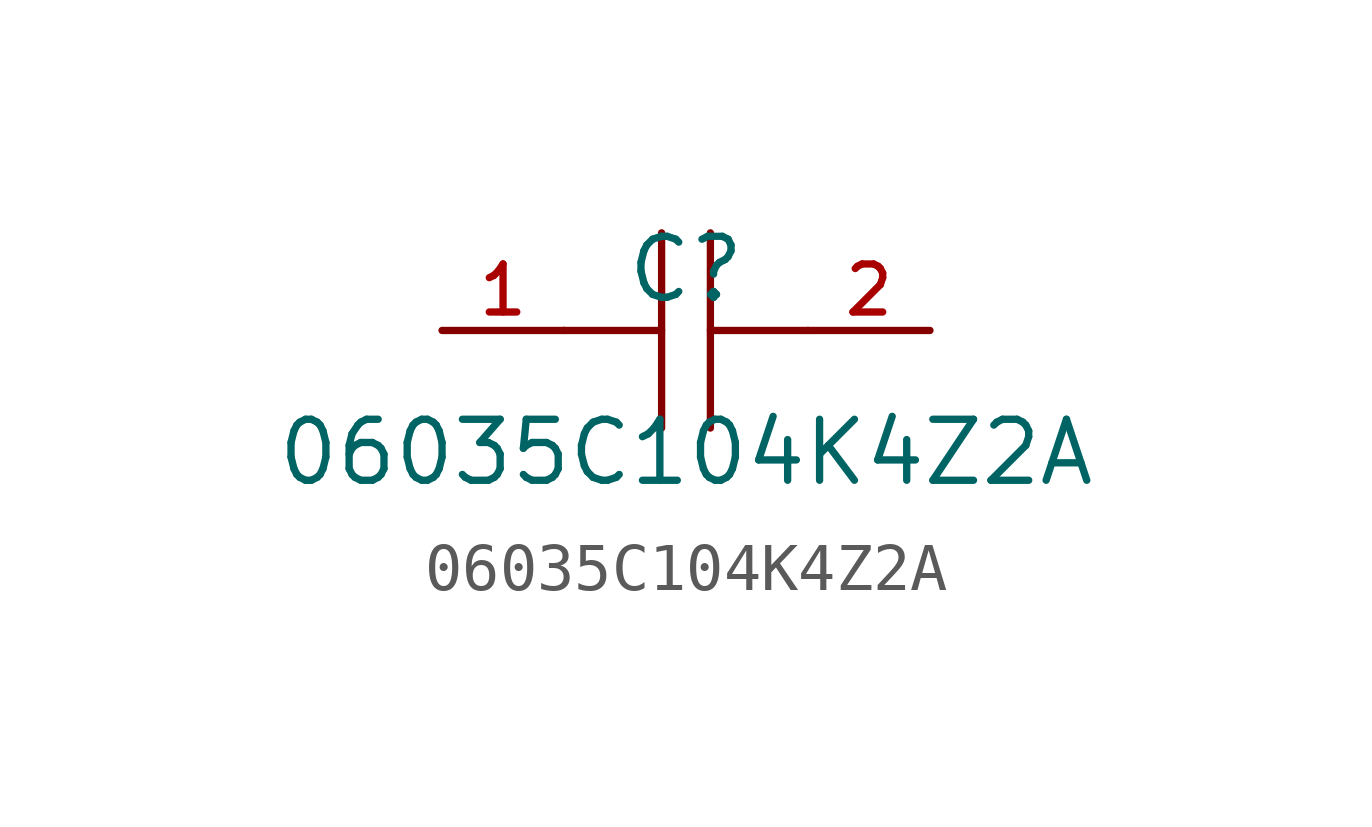
<source format=kicad_sym>
(kicad_symbol_lib
  (version 20210201)
  (generator TousstNicolas/JLC2KiCad_lib)
  (symbol "06035C104K4Z2A"
    (pin_names hide)
    (property "Reference" "C"
      (at 0 1.27 0)
      (effects (font (size 1.27 1.27))))
    (property "Value" "06035C104K4Z2A"
      (at 0 -2.54 0)
      (effects (font (size 1.27 1.27))))
    (symbol "06035C104K4Z2A_0_1"
      (polyline (pts (xy -0.508 -2.032) (xy -0.508 2.032)) (stroke (width 0) (type default) (color 0 0 0 0)) (fill (type none)))
      (pin unspecified line (at -5.08 -0.0 0) (length 2.54) (name "1" (effects (font (size 1 1)))) (number "1" (effects (font (size 1 1)))))
      (polyline (pts (xy 2.54 -0.0) (xy 0.508 -0.0)) (stroke (width 0) (type default) (color 0 0 0 0)) (fill (type none)))
      (polyline (pts (xy 0.508 2.032) (xy 0.508 -2.032)) (stroke (width 0) (type default) (color 0 0 0 0)) (fill (type none)))
      (pin unspecified line (at 5.08 -0.0 180) (length 2.54) (name "2" (effects (font (size 1 1)))) (number "2" (effects (font (size 1 1)))))
      (polyline (pts (xy -0.508 -0.0) (xy -2.54 -0.0)) (stroke (width 0) (type default) (color 0 0 0 0)) (fill (type none))))))
</source>
